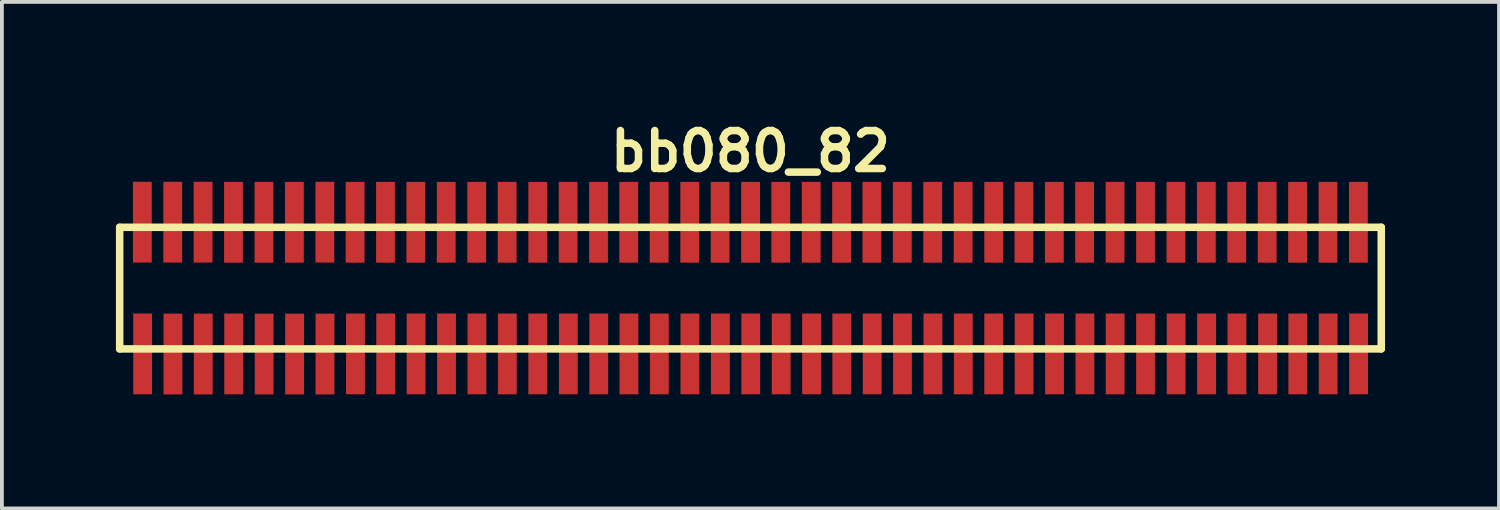
<source format=kicad_pcb>
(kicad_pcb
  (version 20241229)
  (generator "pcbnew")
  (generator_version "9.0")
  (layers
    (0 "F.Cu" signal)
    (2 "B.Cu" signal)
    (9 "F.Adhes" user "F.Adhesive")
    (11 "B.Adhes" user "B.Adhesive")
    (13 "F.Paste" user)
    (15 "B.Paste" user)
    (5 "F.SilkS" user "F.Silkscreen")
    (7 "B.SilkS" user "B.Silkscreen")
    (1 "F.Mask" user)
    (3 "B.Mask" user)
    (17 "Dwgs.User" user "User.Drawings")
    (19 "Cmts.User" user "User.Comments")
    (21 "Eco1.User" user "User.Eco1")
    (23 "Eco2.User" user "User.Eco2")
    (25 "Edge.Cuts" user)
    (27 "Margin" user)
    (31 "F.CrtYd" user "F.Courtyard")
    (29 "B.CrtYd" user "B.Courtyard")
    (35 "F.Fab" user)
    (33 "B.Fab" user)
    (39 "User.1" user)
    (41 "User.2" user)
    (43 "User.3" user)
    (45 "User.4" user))
  (footprint "bb080_82"
    (layer "F.Cu")
    (at 16.698 4.531)
    (property "Reference" "bb080_82" (at 0 -3.599 0) (layer "F.SilkS") (effects (font (size 0.998 0.998) (thickness 0.198))))
    (attr smd)
    (fp_line (start -16.599 -1.6) (end -16.599 1.6) (stroke (width 0.198) (type solid)) (layer "F.SilkS"))
    (fp_line (start -16.599 1.6) (end 16.599 1.6) (stroke (width 0.198) (type solid)) (layer "F.SilkS"))
    (fp_line (start 16.599 -1.6) (end -16.599 -1.6) (stroke (width 0.198) (type solid)) (layer "F.SilkS"))
    (fp_line (start 16.599 1.6) (end 16.599 -1.6) (stroke (width 0.198) (type solid)) (layer "F.SilkS"))
    (pad "1" smd rect (at -15.994 1.732) (size 0.495 2.126) (layers "F.Cu" "F.Mask" "F.Paste"))
    (pad "2" smd rect (at -16.002 -1.735) (size 0.495 2.126) (layers "F.Cu" "F.Mask" "F.Paste"))
    (pad "3" smd rect (at -15.197 1.735) (size 0.495 2.126) (layers "F.Cu" "F.Mask" "F.Paste"))
    (pad "4" smd rect (at -15.202 -1.735) (size 0.495 2.126) (layers "F.Cu" "F.Mask" "F.Paste"))
    (pad "5" smd rect (at -14.399 1.735) (size 0.495 2.126) (layers "F.Cu" "F.Mask" "F.Paste"))
    (pad "6" smd rect (at -14.404 -1.735) (size 0.495 2.126) (layers "F.Cu" "F.Mask" "F.Paste"))
    (pad "7" smd rect (at -13.599 1.732) (size 0.495 2.126) (layers "F.Cu" "F.Mask" "F.Paste"))
    (pad "8" smd rect (at -13.604 -1.732) (size 0.495 2.126) (layers "F.Cu" "F.Mask" "F.Paste"))
    (pad "9" smd rect (at -12.797 1.735) (size 0.495 2.126) (layers "F.Cu" "F.Mask" "F.Paste"))
    (pad "10" smd rect (at -12.802 -1.732) (size 0.495 2.126) (layers "F.Cu" "F.Mask" "F.Paste"))
    (pad "11" smd rect (at -11.996 1.735) (size 0.495 2.126) (layers "F.Cu" "F.Mask" "F.Paste"))
    (pad "12" smd rect (at -12.002 -1.732) (size 0.495 2.126) (layers "F.Cu" "F.Mask" "F.Paste"))
    (pad "13" smd rect (at -11.196 1.735) (size 0.495 2.126) (layers "F.Cu" "F.Mask" "F.Paste"))
    (pad "14" smd rect (at -11.199 -1.735) (size 0.495 2.126) (layers "F.Cu" "F.Mask" "F.Paste"))
    (pad "15" smd rect (at -10.394 1.732) (size 0.495 2.126) (layers "F.Cu" "F.Mask" "F.Paste"))
    (pad "16" smd rect (at -10.404 -1.732) (size 0.495 2.126) (layers "F.Cu" "F.Mask" "F.Paste"))
    (pad "17" smd rect (at -9.599 1.732) (size 0.495 2.126) (layers "F.Cu" "F.Mask" "F.Paste"))
    (pad "18" smd rect (at -9.604 -1.732) (size 0.495 2.126) (layers "F.Cu" "F.Mask" "F.Paste"))
    (pad "19" smd rect (at -8.799 1.732) (size 0.495 2.126) (layers "F.Cu" "F.Mask" "F.Paste"))
    (pad "20" smd rect (at -8.806 -1.732) (size 0.495 2.126) (layers "F.Cu" "F.Mask" "F.Paste"))
    (pad "21" smd rect (at -7.998 1.732) (size 0.495 2.126) (layers "F.Cu" "F.Mask" "F.Paste"))
    (pad "22" smd rect (at -8.006 -1.732) (size 0.495 2.126) (layers "F.Cu" "F.Mask" "F.Paste"))
    (pad "23" smd rect (at -7.198 1.732) (size 0.495 2.126) (layers "F.Cu" "F.Mask" "F.Paste"))
    (pad "24" smd rect (at -7.203 -1.732) (size 0.495 2.126) (layers "F.Cu" "F.Mask" "F.Paste"))
    (pad "25" smd rect (at -6.398 1.732) (size 0.495 2.126) (layers "F.Cu" "F.Mask" "F.Paste"))
    (pad "26" smd rect (at -6.403 -1.732) (size 0.495 2.126) (layers "F.Cu" "F.Mask" "F.Paste"))
    (pad "27" smd rect (at -5.598 1.732) (size 0.495 2.126) (layers "F.Cu" "F.Mask" "F.Paste"))
    (pad "28" smd rect (at -5.598 -1.732) (size 0.495 2.126) (layers "F.Cu" "F.Mask" "F.Paste"))
    (pad "29" smd rect (at -4.793 1.732) (size 0.495 2.126) (layers "F.Cu" "F.Mask" "F.Paste"))
    (pad "30" smd rect (at -4.798 -1.732) (size 0.495 2.126) (layers "F.Cu" "F.Mask" "F.Paste"))
    (pad "31" smd rect (at -3.993 1.732) (size 0.495 2.126) (layers "F.Cu" "F.Mask" "F.Paste"))
    (pad "32" smd rect (at -3.998 -1.732) (size 0.495 2.126) (layers "F.Cu" "F.Mask" "F.Paste"))
    (pad "33" smd rect (at -3.198 1.732) (size 0.495 2.126) (layers "F.Cu" "F.Mask" "F.Paste"))
    (pad "34" smd rect (at -3.203 -1.732) (size 0.495 2.126) (layers "F.Cu" "F.Mask" "F.Paste"))
    (pad "35" smd rect (at -2.398 1.732) (size 0.495 2.126) (layers "F.Cu" "F.Mask" "F.Paste"))
    (pad "36" smd rect (at -2.403 -1.732) (size 0.495 2.126) (layers "F.Cu" "F.Mask" "F.Paste"))
    (pad "37" smd rect (at -1.593 1.732) (size 0.495 2.126) (layers "F.Cu" "F.Mask" "F.Paste"))
    (pad "38" smd rect (at -1.598 -1.732) (size 0.495 2.126) (layers "F.Cu" "F.Mask" "F.Paste"))
    (pad "39" smd rect (at -0.792 1.732) (size 0.495 2.126) (layers "F.Cu" "F.Mask" "F.Paste"))
    (pad "40" smd rect (at -0.798 -1.732) (size 0.495 2.126) (layers "F.Cu" "F.Mask" "F.Paste"))
    (pad "41" smd rect (at 0.008 1.732) (size 0.495 2.126) (layers "F.Cu" "F.Mask" "F.Paste"))
    (pad "42" smd rect (at 0.003 -1.732) (size 0.495 2.126) (layers "F.Cu" "F.Mask" "F.Paste"))
    (pad "43" smd rect (at 0.808 1.732) (size 0.495 2.126) (layers "F.Cu" "F.Mask" "F.Paste"))
    (pad "44" smd rect (at 0.798 -1.732) (size 0.495 2.126) (layers "F.Cu" "F.Mask" "F.Paste"))
    (pad "45" smd rect (at 1.608 1.732) (size 0.495 2.126) (layers "F.Cu" "F.Mask" "F.Paste"))
    (pad "46" smd rect (at 1.598 -1.732) (size 0.495 2.126) (layers "F.Cu" "F.Mask" "F.Paste"))
    (pad "47" smd rect (at 2.403 1.732) (size 0.495 2.126) (layers "F.Cu" "F.Mask" "F.Paste"))
    (pad "48" smd rect (at 2.398 -1.732) (size 0.495 2.126) (layers "F.Cu" "F.Mask" "F.Paste"))
    (pad "49" smd rect (at 3.203 1.732) (size 0.495 2.126) (layers "F.Cu" "F.Mask" "F.Paste"))
    (pad "50" smd rect (at 3.195 -1.732) (size 0.495 2.126) (layers "F.Cu" "F.Mask" "F.Paste"))
    (pad "51" smd rect (at 4 1.732) (size 0.495 2.126) (layers "F.Cu" "F.Mask" "F.Paste"))
    (pad "52" smd rect (at 3.995 -1.732) (size 0.495 2.126) (layers "F.Cu" "F.Mask" "F.Paste"))
    (pad "53" smd rect (at 4.801 1.732) (size 0.495 2.126) (layers "F.Cu" "F.Mask" "F.Paste"))
    (pad "54" smd rect (at 4.796 -1.732) (size 0.495 2.126) (layers "F.Cu" "F.Mask" "F.Paste"))
    (pad "55" smd rect (at 5.601 1.732) (size 0.495 2.126) (layers "F.Cu" "F.Mask" "F.Paste"))
    (pad "56" smd rect (at 5.596 -1.732) (size 0.495 2.126) (layers "F.Cu" "F.Mask" "F.Paste"))
    (pad "57" smd rect (at 6.401 1.732) (size 0.495 2.126) (layers "F.Cu" "F.Mask" "F.Paste"))
    (pad "58" smd rect (at 6.401 -1.732) (size 0.495 2.126) (layers "F.Cu" "F.Mask" "F.Paste"))
    (pad "59" smd rect (at 7.201 1.732) (size 0.495 2.126) (layers "F.Cu" "F.Mask" "F.Paste"))
    (pad "60" smd rect (at 7.196 -1.732) (size 0.495 2.126) (layers "F.Cu" "F.Mask" "F.Paste"))
    (pad "61" smd rect (at 8.001 1.732) (size 0.495 2.126) (layers "F.Cu" "F.Mask" "F.Paste"))
    (pad "62" smd rect (at 7.996 -1.732) (size 0.495 2.126) (layers "F.Cu" "F.Mask" "F.Paste"))
    (pad "63" smd rect (at 8.801 1.732) (size 0.495 2.126) (layers "F.Cu" "F.Mask" "F.Paste"))
    (pad "64" smd rect (at 8.793 -1.732) (size 0.495 2.126) (layers "F.Cu" "F.Mask" "F.Paste"))
    (pad "65" smd rect (at 9.596 1.732) (size 0.495 2.126) (layers "F.Cu" "F.Mask" "F.Paste"))
    (pad "66" smd rect (at 9.594 -1.732) (size 0.495 2.126) (layers "F.Cu" "F.Mask" "F.Paste"))
    (pad "67" smd rect (at 10.396 1.732) (size 0.495 2.126) (layers "F.Cu" "F.Mask" "F.Paste"))
    (pad "68" smd rect (at 10.396 -1.732) (size 0.495 2.126) (layers "F.Cu" "F.Mask" "F.Paste"))
    (pad "69" smd rect (at 11.201 1.732) (size 0.495 2.126) (layers "F.Cu" "F.Mask" "F.Paste"))
    (pad "70" smd rect (at 11.196 -1.732) (size 0.495 2.126) (layers "F.Cu" "F.Mask" "F.Paste"))
    (pad "71" smd rect (at 12.002 1.732) (size 0.495 2.126) (layers "F.Cu" "F.Mask" "F.Paste"))
    (pad "72" smd rect (at 11.996 -1.732) (size 0.495 2.126) (layers "F.Cu" "F.Mask" "F.Paste"))
    (pad "73" smd rect (at 12.802 1.732) (size 0.495 2.126) (layers "F.Cu" "F.Mask" "F.Paste"))
    (pad "74" smd rect (at 12.797 -1.732) (size 0.495 2.126) (layers "F.Cu" "F.Mask" "F.Paste"))
    (pad "75" smd rect (at 13.607 1.732) (size 0.495 2.126) (layers "F.Cu" "F.Mask" "F.Paste"))
    (pad "76" smd rect (at 13.597 -1.732) (size 0.495 2.126) (layers "F.Cu" "F.Mask" "F.Paste"))
    (pad "77" smd rect (at 14.402 1.732) (size 0.495 2.126) (layers "F.Cu" "F.Mask" "F.Paste"))
    (pad "78" smd rect (at 14.397 -1.732) (size 0.495 2.126) (layers "F.Cu" "F.Mask" "F.Paste"))
    (pad "79" smd rect (at 15.202 1.732) (size 0.495 2.126) (layers "F.Cu" "F.Mask" "F.Paste"))
    (pad "80" smd rect (at 15.197 -1.732) (size 0.495 2.126) (layers "F.Cu" "F.Mask" "F.Paste"))
    (pad "81" smd rect (at 16.002 1.732) (size 0.495 2.126) (layers "F.Cu" "F.Mask" "F.Paste"))
    (pad "82" smd rect (at 15.997 -1.732) (size 0.495 2.126) (layers "F.Cu" "F.Mask" "F.Paste")))
  (gr_rect
    (start -3 -3)
    (end 36.396 10.329)
    (stroke (width 0.1) (type default))
    (fill no)
    (layer "Edge.Cuts")))
</source>
